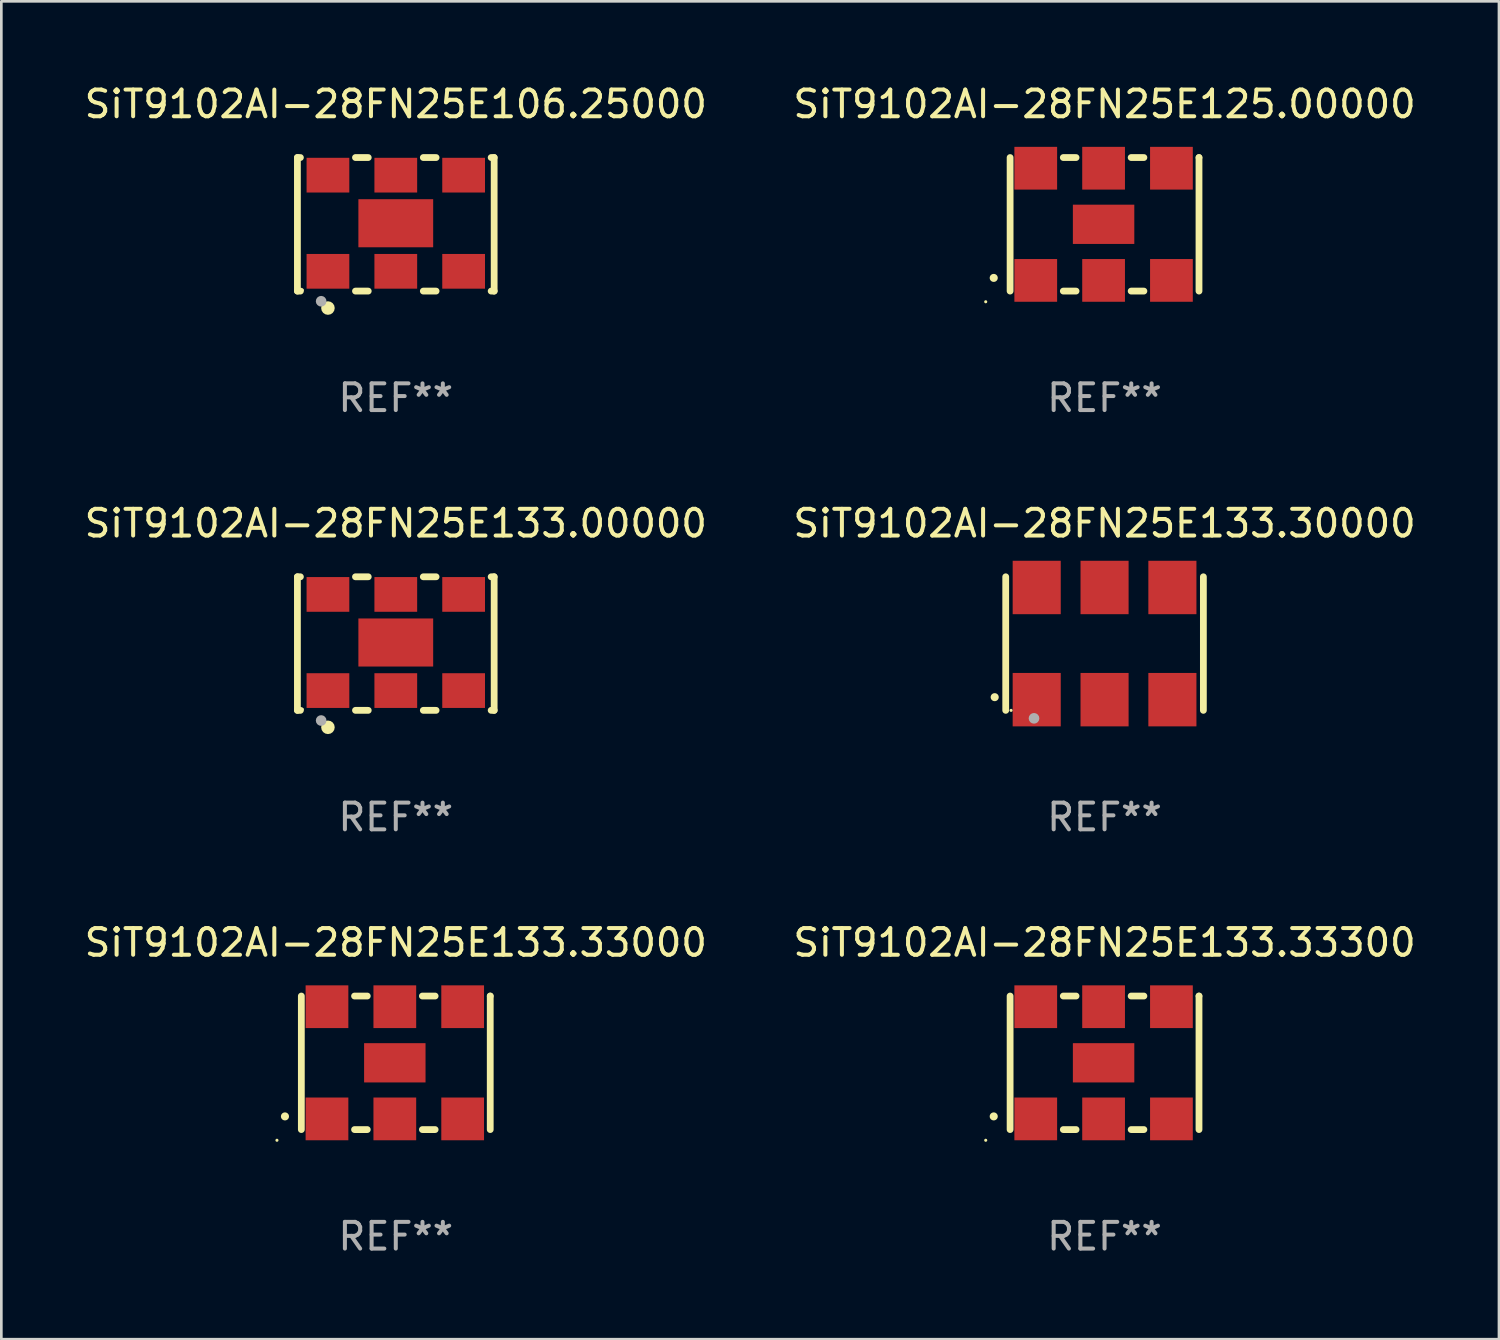
<source format=kicad_pcb>
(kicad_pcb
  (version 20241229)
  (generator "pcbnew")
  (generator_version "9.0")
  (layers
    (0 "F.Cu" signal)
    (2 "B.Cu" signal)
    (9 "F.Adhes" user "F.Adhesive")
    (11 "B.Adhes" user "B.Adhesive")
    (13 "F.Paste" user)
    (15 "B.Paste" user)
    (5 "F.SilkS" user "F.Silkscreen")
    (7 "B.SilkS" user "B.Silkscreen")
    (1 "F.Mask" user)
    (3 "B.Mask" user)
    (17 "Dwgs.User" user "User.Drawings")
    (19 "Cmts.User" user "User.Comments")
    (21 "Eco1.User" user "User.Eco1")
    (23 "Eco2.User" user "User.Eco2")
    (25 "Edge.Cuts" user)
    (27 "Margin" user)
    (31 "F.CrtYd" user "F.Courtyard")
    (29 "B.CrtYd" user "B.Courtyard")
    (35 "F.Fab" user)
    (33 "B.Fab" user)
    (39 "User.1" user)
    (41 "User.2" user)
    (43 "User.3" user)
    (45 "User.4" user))
  (footprint "SiT9102AI-28FN25E125.00000"
    (layer "F.Cu")
    (at 38.304 5.348)
    (property "Reference" "SiT9102AI-28FN25E125.00000" (at 0 -4.5 0) (layer "F.SilkS") (effects (font (size 1 1) (thickness 0.15))))
    (attr through_hole)
    (fp_line (start -3.536 -2.5) (end -3.536 2.5) (stroke (width 0.254) (type solid)) (layer "F.SilkS"))
    (fp_line (start -1.544 2.5) (end -1.067 2.5) (stroke (width 0.254) (type solid)) (layer "F.SilkS"))
    (fp_line (start -1.067 -2.5) (end -1.544 -2.5) (stroke (width 0.254) (type solid)) (layer "F.SilkS"))
    (fp_line (start 0.996 2.5) (end 1.473 2.5) (stroke (width 0.254) (type solid)) (layer "F.SilkS"))
    (fp_line (start 1.473 -2.5) (end 0.996 -2.5) (stroke (width 0.254) (type solid)) (layer "F.SilkS"))
    (fp_line (start 3.536 -2.5) (end 3.536 -2.5) (stroke (width 0.254) (type solid)) (layer "F.SilkS"))
    (fp_line (start 3.536 2.5) (end 3.536 -2.5) (stroke (width 0.254) (type solid)) (layer "F.SilkS"))
    (fp_arc (start -4.150432 2.006604) (mid -4.149162 2.006599) (end -4.147892 2.006604) (stroke (width 0.3) (type solid)) (layer "F.SilkS"))
    (fp_circle (center -4.449 2.9) (end -4.419 2.9) (stroke (width 0.06) (type solid)) (fill no) (layer "F.SilkS"))
    (fp_text user "REF**" (at 0 6.5 0) (layer "F.Fab") (effects (font (size 1 1) (thickness 0.15))))
    (pad "1" smd rect (at -2.576 2.1) (size 1.6 1.6) (layers "F.Cu" "F.Mask" "F.Paste"))
    (pad "2" smd rect (at -0.036 2.1) (size 1.6 1.6) (layers "F.Cu" "F.Mask" "F.Paste"))
    (pad "3" smd rect (at 2.504 2.1) (size 1.6 1.6) (layers "F.Cu" "F.Mask" "F.Paste"))
    (pad "4" smd rect (at 2.504 -2.1) (size 1.6 1.6) (layers "F.Cu" "F.Mask" "F.Paste"))
    (pad "5" smd rect (at -0.036 -2.1) (size 1.6 1.6) (layers "F.Cu" "F.Mask" "F.Paste"))
    (pad "6" smd rect (at -2.576 -2.1) (size 1.6 1.6) (layers "F.Cu" "F.Mask" "F.Paste"))
    (pad "7" smd rect (at -0.036 0) (size 2.3 1.47) (layers "F.Cu" "F.Mask" "F.Paste")))
  (footprint "SiT9102AI-28FN25E133.33300"
    (layer "F.Cu")
    (at 38.304 36.741)
    (property "Reference" "SiT9102AI-28FN25E133.33300" (at 0 -4.5 0) (layer "F.SilkS") (effects (font (size 1 1) (thickness 0.15))))
    (attr through_hole)
    (fp_line (start -3.536 -2.5) (end -3.536 2.5) (stroke (width 0.254) (type solid)) (layer "F.SilkS"))
    (fp_line (start -1.544 2.5) (end -1.067 2.5) (stroke (width 0.254) (type solid)) (layer "F.SilkS"))
    (fp_line (start -1.067 -2.5) (end -1.544 -2.5) (stroke (width 0.254) (type solid)) (layer "F.SilkS"))
    (fp_line (start 0.996 2.5) (end 1.473 2.5) (stroke (width 0.254) (type solid)) (layer "F.SilkS"))
    (fp_line (start 1.473 -2.5) (end 0.996 -2.5) (stroke (width 0.254) (type solid)) (layer "F.SilkS"))
    (fp_line (start 3.536 -2.5) (end 3.536 -2.5) (stroke (width 0.254) (type solid)) (layer "F.SilkS"))
    (fp_line (start 3.536 2.5) (end 3.536 -2.5) (stroke (width 0.254) (type solid)) (layer "F.SilkS"))
    (fp_arc (start -4.150432 2.006604) (mid -4.149162 2.006599) (end -4.147892 2.006604) (stroke (width 0.3) (type solid)) (layer "F.SilkS"))
    (fp_circle (center -4.449 2.9) (end -4.419 2.9) (stroke (width 0.06) (type solid)) (fill no) (layer "F.SilkS"))
    (fp_text user "REF**" (at 0 6.5 0) (layer "F.Fab") (effects (font (size 1 1) (thickness 0.15))))
    (pad "1" smd rect (at -2.576 2.1) (size 1.6 1.6) (layers "F.Cu" "F.Mask" "F.Paste"))
    (pad "2" smd rect (at -0.036 2.1) (size 1.6 1.6) (layers "F.Cu" "F.Mask" "F.Paste"))
    (pad "3" smd rect (at 2.504 2.1) (size 1.6 1.6) (layers "F.Cu" "F.Mask" "F.Paste"))
    (pad "4" smd rect (at 2.504 -2.1) (size 1.6 1.6) (layers "F.Cu" "F.Mask" "F.Paste"))
    (pad "5" smd rect (at -0.036 -2.1) (size 1.6 1.6) (layers "F.Cu" "F.Mask" "F.Paste"))
    (pad "6" smd rect (at -2.576 -2.1) (size 1.6 1.6) (layers "F.Cu" "F.Mask" "F.Paste"))
    (pad "7" smd rect (at -0.036 0) (size 2.3 1.47) (layers "F.Cu" "F.Mask" "F.Paste")))
  (footprint "SiT9102AI-28FN25E106.25000"
    (layer "F.Cu")
    (at 11.768 5.348)
    (property "Reference" "SiT9102AI-28FN25E106.25000" (at 0 -4.5 0) (layer "F.SilkS") (effects (font (size 1 1) (thickness 0.15))))
    (attr through_hole)
    (fp_line (start -3.683 -2.5) (end -3.571 -2.5) (stroke (width 0.254) (type solid)) (layer "F.SilkS"))
    (fp_line (start -3.683 2.5) (end -3.683 -2.5) (stroke (width 0.254) (type solid)) (layer "F.SilkS"))
    (fp_line (start -3.683 2.5) (end -3.571 2.5) (stroke (width 0.254) (type solid)) (layer "F.SilkS"))
    (fp_line (start -1.509 -2.5) (end -1.031 -2.5) (stroke (width 0.254) (type solid)) (layer "F.SilkS"))
    (fp_line (start -1.509 2.5) (end -1.031 2.5) (stroke (width 0.254) (type solid)) (layer "F.SilkS"))
    (fp_line (start 1.031 -2.5) (end 1.509 -2.5) (stroke (width 0.254) (type solid)) (layer "F.SilkS"))
    (fp_line (start 1.031 2.5) (end 1.509 2.5) (stroke (width 0.254) (type solid)) (layer "F.SilkS"))
    (fp_line (start 3.571 -2.5) (end 3.683 -2.5) (stroke (width 0.254) (type solid)) (layer "F.SilkS"))
    (fp_line (start 3.571 2.5) (end 3.683 2.5) (stroke (width 0.254) (type solid)) (layer "F.SilkS"))
    (fp_line (start 3.683 2.5) (end 3.683 -2.5) (stroke (width 0.254) (type solid)) (layer "F.SilkS"))
    (fp_circle (center -3.5 2.46) (end -3.47 2.46) (stroke (width 0.06) (type solid)) (fill no) (layer "F.SilkS"))
    (fp_circle (center -2.54 3.135) (end -2.413 3.135) (stroke (width 0.254) (type solid)) (fill no) (layer "F.SilkS"))
    (fp_circle (center -2.794 2.881) (end -2.694 2.881) (stroke (width 0.2) (type solid)) (fill no) (layer "F.Fab"))
    (fp_text user "REF**" (at 0 6.5 0) (layer "F.Fab") (effects (font (size 1 1) (thickness 0.15))))
    (pad "1" smd rect (at -2.54 1.76) (size 1.6 1.3) (layers "F.Cu" "F.Mask" "F.Paste"))
    (pad "2" smd rect (at 0 1.76) (size 1.6 1.3) (layers "F.Cu" "F.Mask" "F.Paste"))
    (pad "3" smd rect (at 2.54 1.76) (size 1.6 1.3) (layers "F.Cu" "F.Mask" "F.Paste"))
    (pad "4" smd rect (at 2.54 -1.84) (size 1.6 1.3) (layers "F.Cu" "F.Mask" "F.Paste"))
    (pad "5" smd rect (at 0 -1.84) (size 1.6 1.3) (layers "F.Cu" "F.Mask" "F.Paste"))
    (pad "6" smd rect (at -2.54 -1.84) (size 1.6 1.3) (layers "F.Cu" "F.Mask" "F.Paste"))
    (pad "7" smd rect (at 0 -0.04) (size 2.8 1.8) (layers "F.Cu" "F.Mask" "F.Paste")))
  (footprint "SiT9102AI-28FN25E133.33000"
    (layer "F.Cu")
    (at 11.768 36.741)
    (property "Reference" "SiT9102AI-28FN25E133.33000" (at 0 -4.5 0) (layer "F.SilkS") (effects (font (size 1 1) (thickness 0.15))))
    (attr through_hole)
    (fp_line (start -3.536 -2.5) (end -3.536 2.5) (stroke (width 0.254) (type solid)) (layer "F.SilkS"))
    (fp_line (start -1.544 2.5) (end -1.067 2.5) (stroke (width 0.254) (type solid)) (layer "F.SilkS"))
    (fp_line (start -1.067 -2.5) (end -1.544 -2.5) (stroke (width 0.254) (type solid)) (layer "F.SilkS"))
    (fp_line (start 0.996 2.5) (end 1.473 2.5) (stroke (width 0.254) (type solid)) (layer "F.SilkS"))
    (fp_line (start 1.473 -2.5) (end 0.996 -2.5) (stroke (width 0.254) (type solid)) (layer "F.SilkS"))
    (fp_line (start 3.536 -2.5) (end 3.536 -2.5) (stroke (width 0.254) (type solid)) (layer "F.SilkS"))
    (fp_line (start 3.536 2.5) (end 3.536 -2.5) (stroke (width 0.254) (type solid)) (layer "F.SilkS"))
    (fp_arc (start -4.150432 2.006604) (mid -4.149162 2.006599) (end -4.147892 2.006604) (stroke (width 0.3) (type solid)) (layer "F.SilkS"))
    (fp_circle (center -4.449 2.9) (end -4.419 2.9) (stroke (width 0.06) (type solid)) (fill no) (layer "F.SilkS"))
    (fp_text user "REF**" (at 0 6.5 0) (layer "F.Fab") (effects (font (size 1 1) (thickness 0.15))))
    (pad "1" smd rect (at -2.576 2.1) (size 1.6 1.6) (layers "F.Cu" "F.Mask" "F.Paste"))
    (pad "2" smd rect (at -0.036 2.1) (size 1.6 1.6) (layers "F.Cu" "F.Mask" "F.Paste"))
    (pad "3" smd rect (at 2.504 2.1) (size 1.6 1.6) (layers "F.Cu" "F.Mask" "F.Paste"))
    (pad "4" smd rect (at 2.504 -2.1) (size 1.6 1.6) (layers "F.Cu" "F.Mask" "F.Paste"))
    (pad "5" smd rect (at -0.036 -2.1) (size 1.6 1.6) (layers "F.Cu" "F.Mask" "F.Paste"))
    (pad "6" smd rect (at -2.576 -2.1) (size 1.6 1.6) (layers "F.Cu" "F.Mask" "F.Paste"))
    (pad "7" smd rect (at -0.036 0) (size 2.3 1.47) (layers "F.Cu" "F.Mask" "F.Paste")))
  (footprint "SiT9102AI-28FN25E133.00000"
    (layer "F.Cu")
    (at 11.768 21.045)
    (property "Reference" "SiT9102AI-28FN25E133.00000" (at 0 -4.5 0) (layer "F.SilkS") (effects (font (size 1 1) (thickness 0.15))))
    (attr through_hole)
    (fp_line (start -3.683 -2.5) (end -3.571 -2.5) (stroke (width 0.254) (type solid)) (layer "F.SilkS"))
    (fp_line (start -3.683 2.5) (end -3.683 -2.5) (stroke (width 0.254) (type solid)) (layer "F.SilkS"))
    (fp_line (start -3.683 2.5) (end -3.571 2.5) (stroke (width 0.254) (type solid)) (layer "F.SilkS"))
    (fp_line (start -1.509 -2.5) (end -1.031 -2.5) (stroke (width 0.254) (type solid)) (layer "F.SilkS"))
    (fp_line (start -1.509 2.5) (end -1.031 2.5) (stroke (width 0.254) (type solid)) (layer "F.SilkS"))
    (fp_line (start 1.031 -2.5) (end 1.509 -2.5) (stroke (width 0.254) (type solid)) (layer "F.SilkS"))
    (fp_line (start 1.031 2.5) (end 1.509 2.5) (stroke (width 0.254) (type solid)) (layer "F.SilkS"))
    (fp_line (start 3.571 -2.5) (end 3.683 -2.5) (stroke (width 0.254) (type solid)) (layer "F.SilkS"))
    (fp_line (start 3.571 2.5) (end 3.683 2.5) (stroke (width 0.254) (type solid)) (layer "F.SilkS"))
    (fp_line (start 3.683 2.5) (end 3.683 -2.5) (stroke (width 0.254) (type solid)) (layer "F.SilkS"))
    (fp_circle (center -3.5 2.46) (end -3.47 2.46) (stroke (width 0.06) (type solid)) (fill no) (layer "F.SilkS"))
    (fp_circle (center -2.54 3.135) (end -2.413 3.135) (stroke (width 0.254) (type solid)) (fill no) (layer "F.SilkS"))
    (fp_circle (center -2.794 2.881) (end -2.694 2.881) (stroke (width 0.2) (type solid)) (fill no) (layer "F.Fab"))
    (fp_text user "REF**" (at 0 6.5 0) (layer "F.Fab") (effects (font (size 1 1) (thickness 0.15))))
    (pad "1" smd rect (at -2.54 1.76) (size 1.6 1.3) (layers "F.Cu" "F.Mask" "F.Paste"))
    (pad "2" smd rect (at 0 1.76) (size 1.6 1.3) (layers "F.Cu" "F.Mask" "F.Paste"))
    (pad "3" smd rect (at 2.54 1.76) (size 1.6 1.3) (layers "F.Cu" "F.Mask" "F.Paste"))
    (pad "4" smd rect (at 2.54 -1.84) (size 1.6 1.3) (layers "F.Cu" "F.Mask" "F.Paste"))
    (pad "5" smd rect (at 0 -1.84) (size 1.6 1.3) (layers "F.Cu" "F.Mask" "F.Paste"))
    (pad "6" smd rect (at -2.54 -1.84) (size 1.6 1.3) (layers "F.Cu" "F.Mask" "F.Paste"))
    (pad "7" smd rect (at 0 -0.04) (size 2.8 1.8) (layers "F.Cu" "F.Mask" "F.Paste")))
  (footprint "SiT9102AI-28FN25E133.30000"
    (layer "F.Cu")
    (at 38.304 21.045)
    (property "Reference" "SiT9102AI-28FN25E133.30000" (at 0 -4.5 0) (layer "F.SilkS") (effects (font (size 1 1) (thickness 0.15))))
    (attr through_hole)
    (fp_line (start -3.7 -2.5) (end -3.7 2.5) (stroke (width 0.254) (type solid)) (layer "F.SilkS"))
    (fp_line (start 3.7 -2.5) (end 3.7 2.5) (stroke (width 0.254) (type solid)) (layer "F.SilkS"))
    (fp_arc (start -4.114415 2.006604) (mid -4.113145 2.006599) (end -4.111875 2.006604) (stroke (width 0.3) (type solid)) (layer "F.SilkS"))
    (fp_circle (center -3.5 2.501) (end -3.47 2.501) (stroke (width 0.06) (type solid)) (fill no) (layer "F.SilkS"))
    (fp_circle (center -2.641 2.799) (end -2.541 2.799) (stroke (width 0.2) (type solid)) (fill no) (layer "F.Fab"))
    (fp_text user "REF**" (at 0 6.5 0) (layer "F.Fab") (effects (font (size 1 1) (thickness 0.15))))
    (pad "1" smd rect (at -2.54 2.1) (size 1.8 2) (layers "F.Cu" "F.Mask" "F.Paste"))
    (pad "2" smd rect (at 0.000394 2.1) (size 1.8 2) (layers "F.Cu" "F.Mask" "F.Paste"))
    (pad "3" smd rect (at 2.54 2.1) (size 1.8 2) (layers "F.Cu" "F.Mask" "F.Paste"))
    (pad "4" smd rect (at 2.54 -2.1) (size 1.8 2) (layers "F.Cu" "F.Mask" "F.Paste"))
    (pad "5" smd rect (at 0.000394 -2.1) (size 1.8 2) (layers "F.Cu" "F.Mask" "F.Paste"))
    (pad "6" smd rect (at -2.54 -2.1) (size 1.8 2) (layers "F.Cu" "F.Mask" "F.Paste")))
  (gr_rect
    (start -3 -3)
    (end 53.071 47.09)
    (stroke (width 0.1) (type default))
    (fill no)
    (layer "Edge.Cuts")))
</source>
